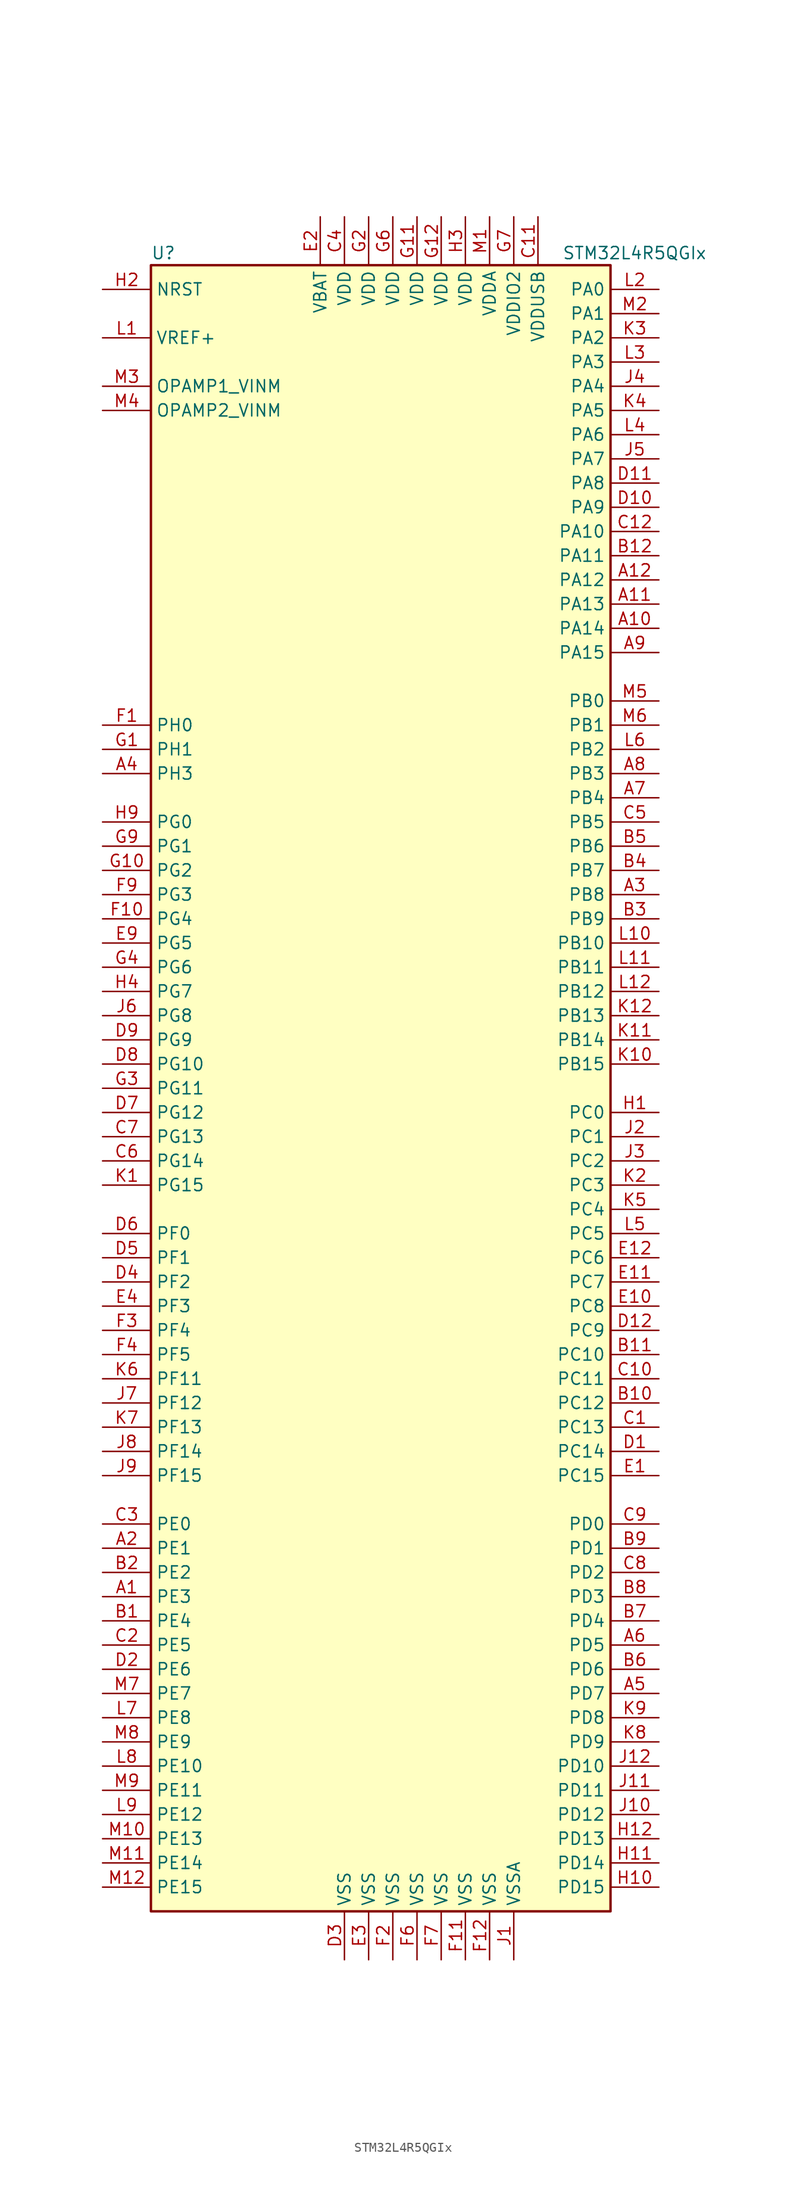
<source format=kicad_sym>
(kicad_symbol_lib
  (version 20201005)
  (generator kicad_symbol_editor)
  (symbol "MCU_ST_STM32L4+:STM32L4R5QGIx"
    (property "Reference" "U"
      (at -25.4 87.63 0)
      (effects (font (size 1.27 1.27)) (justify left)))
    (property "Value" "STM32L4R5QGIx"
      (at 17.78 87.63 0)
      (effects (font (size 1.27 1.27)) (justify left)))
    (symbol "STM32L4R5QGIx_0_1"
      (rectangle (start -25.4 -86.36) (end 22.86 86.36) (stroke (width 0.254)) (fill (type background))))
    (symbol "STM32L4R5QGIx_1_1"
      (pin input line (at -30.48 83.82 0) (length 5.08) (name "NRST" (effects (font (size 1.27 1.27)))) (number "H2" (effects (font (size 1.27 1.27)))))
      (pin bidirectional line (at -30.48 73.66 0) (length 5.08) (name "OPAMP1_VINM" (effects (font (size 1.27 1.27)))) (number "M3" (effects (font (size 1.27 1.27)))))
      (pin bidirectional line (at -30.48 71.12 0) (length 5.08) (name "OPAMP2_VINM" (effects (font (size 1.27 1.27)))) (number "M4" (effects (font (size 1.27 1.27)))))
      (pin bidirectional line (at 27.94 83.82 180) (length 5.08) (name "PA0" (effects (font (size 1.27 1.27)))) (number "L2" (effects (font (size 1.27 1.27)))))
      (pin bidirectional line (at 27.94 81.28 180) (length 5.08) (name "PA1" (effects (font (size 1.27 1.27)))) (number "M2" (effects (font (size 1.27 1.27)))))
      (pin bidirectional line (at 27.94 58.42 180) (length 5.08) (name "PA10" (effects (font (size 1.27 1.27)))) (number "C12" (effects (font (size 1.27 1.27)))))
      (pin bidirectional line (at 27.94 55.88 180) (length 5.08) (name "PA11" (effects (font (size 1.27 1.27)))) (number "B12" (effects (font (size 1.27 1.27)))))
      (pin bidirectional line (at 27.94 53.34 180) (length 5.08) (name "PA12" (effects (font (size 1.27 1.27)))) (number "A12" (effects (font (size 1.27 1.27)))))
      (pin bidirectional line (at 27.94 50.8 180) (length 5.08) (name "PA13" (effects (font (size 1.27 1.27)))) (number "A11" (effects (font (size 1.27 1.27)))))
      (pin bidirectional line (at 27.94 48.26 180) (length 5.08) (name "PA14" (effects (font (size 1.27 1.27)))) (number "A10" (effects (font (size 1.27 1.27)))))
      (pin bidirectional line (at 27.94 45.72 180) (length 5.08) (name "PA15" (effects (font (size 1.27 1.27)))) (number "A9" (effects (font (size 1.27 1.27)))))
      (pin bidirectional line (at 27.94 78.74 180) (length 5.08) (name "PA2" (effects (font (size 1.27 1.27)))) (number "K3" (effects (font (size 1.27 1.27)))))
      (pin bidirectional line (at 27.94 76.2 180) (length 5.08) (name "PA3" (effects (font (size 1.27 1.27)))) (number "L3" (effects (font (size 1.27 1.27)))))
      (pin bidirectional line (at 27.94 73.66 180) (length 5.08) (name "PA4" (effects (font (size 1.27 1.27)))) (number "J4" (effects (font (size 1.27 1.27)))))
      (pin bidirectional line (at 27.94 71.12 180) (length 5.08) (name "PA5" (effects (font (size 1.27 1.27)))) (number "K4" (effects (font (size 1.27 1.27)))))
      (pin bidirectional line (at 27.94 68.58 180) (length 5.08) (name "PA6" (effects (font (size 1.27 1.27)))) (number "L4" (effects (font (size 1.27 1.27)))))
      (pin bidirectional line (at 27.94 66.04 180) (length 5.08) (name "PA7" (effects (font (size 1.27 1.27)))) (number "J5" (effects (font (size 1.27 1.27)))))
      (pin bidirectional line (at 27.94 63.5 180) (length 5.08) (name "PA8" (effects (font (size 1.27 1.27)))) (number "D11" (effects (font (size 1.27 1.27)))))
      (pin bidirectional line (at 27.94 60.96 180) (length 5.08) (name "PA9" (effects (font (size 1.27 1.27)))) (number "D10" (effects (font (size 1.27 1.27)))))
      (pin bidirectional line (at 27.94 40.64 180) (length 5.08) (name "PB0" (effects (font (size 1.27 1.27)))) (number "M5" (effects (font (size 1.27 1.27)))))
      (pin bidirectional line (at 27.94 38.1 180) (length 5.08) (name "PB1" (effects (font (size 1.27 1.27)))) (number "M6" (effects (font (size 1.27 1.27)))))
      (pin bidirectional line (at 27.94 15.24 180) (length 5.08) (name "PB10" (effects (font (size 1.27 1.27)))) (number "L10" (effects (font (size 1.27 1.27)))))
      (pin bidirectional line (at 27.94 12.7 180) (length 5.08) (name "PB11" (effects (font (size 1.27 1.27)))) (number "L11" (effects (font (size 1.27 1.27)))))
      (pin bidirectional line (at 27.94 10.16 180) (length 5.08) (name "PB12" (effects (font (size 1.27 1.27)))) (number "L12" (effects (font (size 1.27 1.27)))))
      (pin bidirectional line (at 27.94 7.62 180) (length 5.08) (name "PB13" (effects (font (size 1.27 1.27)))) (number "K12" (effects (font (size 1.27 1.27)))))
      (pin bidirectional line (at 27.94 5.08 180) (length 5.08) (name "PB14" (effects (font (size 1.27 1.27)))) (number "K11" (effects (font (size 1.27 1.27)))))
      (pin bidirectional line (at 27.94 2.54 180) (length 5.08) (name "PB15" (effects (font (size 1.27 1.27)))) (number "K10" (effects (font (size 1.27 1.27)))))
      (pin bidirectional line (at 27.94 35.56 180) (length 5.08) (name "PB2" (effects (font (size 1.27 1.27)))) (number "L6" (effects (font (size 1.27 1.27)))))
      (pin bidirectional line (at 27.94 33.02 180) (length 5.08) (name "PB3" (effects (font (size 1.27 1.27)))) (number "A8" (effects (font (size 1.27 1.27)))))
      (pin bidirectional line (at 27.94 30.48 180) (length 5.08) (name "PB4" (effects (font (size 1.27 1.27)))) (number "A7" (effects (font (size 1.27 1.27)))))
      (pin bidirectional line (at 27.94 27.94 180) (length 5.08) (name "PB5" (effects (font (size 1.27 1.27)))) (number "C5" (effects (font (size 1.27 1.27)))))
      (pin bidirectional line (at 27.94 25.4 180) (length 5.08) (name "PB6" (effects (font (size 1.27 1.27)))) (number "B5" (effects (font (size 1.27 1.27)))))
      (pin bidirectional line (at 27.94 22.86 180) (length 5.08) (name "PB7" (effects (font (size 1.27 1.27)))) (number "B4" (effects (font (size 1.27 1.27)))))
      (pin bidirectional line (at 27.94 20.32 180) (length 5.08) (name "PB8" (effects (font (size 1.27 1.27)))) (number "A3" (effects (font (size 1.27 1.27)))))
      (pin bidirectional line (at 27.94 17.78 180) (length 5.08) (name "PB9" (effects (font (size 1.27 1.27)))) (number "B3" (effects (font (size 1.27 1.27)))))
      (pin bidirectional line (at 27.94 -2.54 180) (length 5.08) (name "PC0" (effects (font (size 1.27 1.27)))) (number "H1" (effects (font (size 1.27 1.27)))))
      (pin bidirectional line (at 27.94 -5.08 180) (length 5.08) (name "PC1" (effects (font (size 1.27 1.27)))) (number "J2" (effects (font (size 1.27 1.27)))))
      (pin bidirectional line (at 27.94 -27.94 180) (length 5.08) (name "PC10" (effects (font (size 1.27 1.27)))) (number "B11" (effects (font (size 1.27 1.27)))))
      (pin bidirectional line (at 27.94 -30.48 180) (length 5.08) (name "PC11" (effects (font (size 1.27 1.27)))) (number "C10" (effects (font (size 1.27 1.27)))))
      (pin bidirectional line (at 27.94 -33.02 180) (length 5.08) (name "PC12" (effects (font (size 1.27 1.27)))) (number "B10" (effects (font (size 1.27 1.27)))))
      (pin bidirectional line (at 27.94 -35.56 180) (length 5.08) (name "PC13" (effects (font (size 1.27 1.27)))) (number "C1" (effects (font (size 1.27 1.27)))))
      (pin bidirectional line (at 27.94 -38.1 180) (length 5.08) (name "PC14" (effects (font (size 1.27 1.27)))) (number "D1" (effects (font (size 1.27 1.27)))))
      (pin bidirectional line (at 27.94 -40.64 180) (length 5.08) (name "PC15" (effects (font (size 1.27 1.27)))) (number "E1" (effects (font (size 1.27 1.27)))))
      (pin bidirectional line (at 27.94 -7.62 180) (length 5.08) (name "PC2" (effects (font (size 1.27 1.27)))) (number "J3" (effects (font (size 1.27 1.27)))))
      (pin bidirectional line (at 27.94 -10.16 180) (length 5.08) (name "PC3" (effects (font (size 1.27 1.27)))) (number "K2" (effects (font (size 1.27 1.27)))))
      (pin bidirectional line (at 27.94 -12.7 180) (length 5.08) (name "PC4" (effects (font (size 1.27 1.27)))) (number "K5" (effects (font (size 1.27 1.27)))))
      (pin bidirectional line (at 27.94 -15.24 180) (length 5.08) (name "PC5" (effects (font (size 1.27 1.27)))) (number "L5" (effects (font (size 1.27 1.27)))))
      (pin bidirectional line (at 27.94 -17.78 180) (length 5.08) (name "PC6" (effects (font (size 1.27 1.27)))) (number "E12" (effects (font (size 1.27 1.27)))))
      (pin bidirectional line (at 27.94 -20.32 180) (length 5.08) (name "PC7" (effects (font (size 1.27 1.27)))) (number "E11" (effects (font (size 1.27 1.27)))))
      (pin bidirectional line (at 27.94 -22.86 180) (length 5.08) (name "PC8" (effects (font (size 1.27 1.27)))) (number "E10" (effects (font (size 1.27 1.27)))))
      (pin bidirectional line (at 27.94 -25.4 180) (length 5.08) (name "PC9" (effects (font (size 1.27 1.27)))) (number "D12" (effects (font (size 1.27 1.27)))))
      (pin bidirectional line (at 27.94 -45.72 180) (length 5.08) (name "PD0" (effects (font (size 1.27 1.27)))) (number "C9" (effects (font (size 1.27 1.27)))))
      (pin bidirectional line (at 27.94 -48.26 180) (length 5.08) (name "PD1" (effects (font (size 1.27 1.27)))) (number "B9" (effects (font (size 1.27 1.27)))))
      (pin bidirectional line (at 27.94 -71.12 180) (length 5.08) (name "PD10" (effects (font (size 1.27 1.27)))) (number "J12" (effects (font (size 1.27 1.27)))))
      (pin bidirectional line (at 27.94 -73.66 180) (length 5.08) (name "PD11" (effects (font (size 1.27 1.27)))) (number "J11" (effects (font (size 1.27 1.27)))))
      (pin bidirectional line (at 27.94 -76.2 180) (length 5.08) (name "PD12" (effects (font (size 1.27 1.27)))) (number "J10" (effects (font (size 1.27 1.27)))))
      (pin bidirectional line (at 27.94 -78.74 180) (length 5.08) (name "PD13" (effects (font (size 1.27 1.27)))) (number "H12" (effects (font (size 1.27 1.27)))))
      (pin bidirectional line (at 27.94 -81.28 180) (length 5.08) (name "PD14" (effects (font (size 1.27 1.27)))) (number "H11" (effects (font (size 1.27 1.27)))))
      (pin bidirectional line (at 27.94 -83.82 180) (length 5.08) (name "PD15" (effects (font (size 1.27 1.27)))) (number "H10" (effects (font (size 1.27 1.27)))))
      (pin bidirectional line (at 27.94 -50.8 180) (length 5.08) (name "PD2" (effects (font (size 1.27 1.27)))) (number "C8" (effects (font (size 1.27 1.27)))))
      (pin bidirectional line (at 27.94 -53.34 180) (length 5.08) (name "PD3" (effects (font (size 1.27 1.27)))) (number "B8" (effects (font (size 1.27 1.27)))))
      (pin bidirectional line (at 27.94 -55.88 180) (length 5.08) (name "PD4" (effects (font (size 1.27 1.27)))) (number "B7" (effects (font (size 1.27 1.27)))))
      (pin bidirectional line (at 27.94 -58.42 180) (length 5.08) (name "PD5" (effects (font (size 1.27 1.27)))) (number "A6" (effects (font (size 1.27 1.27)))))
      (pin bidirectional line (at 27.94 -60.96 180) (length 5.08) (name "PD6" (effects (font (size 1.27 1.27)))) (number "B6" (effects (font (size 1.27 1.27)))))
      (pin bidirectional line (at 27.94 -63.5 180) (length 5.08) (name "PD7" (effects (font (size 1.27 1.27)))) (number "A5" (effects (font (size 1.27 1.27)))))
      (pin bidirectional line (at 27.94 -66.04 180) (length 5.08) (name "PD8" (effects (font (size 1.27 1.27)))) (number "K9" (effects (font (size 1.27 1.27)))))
      (pin bidirectional line (at 27.94 -68.58 180) (length 5.08) (name "PD9" (effects (font (size 1.27 1.27)))) (number "K8" (effects (font (size 1.27 1.27)))))
      (pin bidirectional line (at -30.48 -45.72 0) (length 5.08) (name "PE0" (effects (font (size 1.27 1.27)))) (number "C3" (effects (font (size 1.27 1.27)))))
      (pin bidirectional line (at -30.48 -48.26 0) (length 5.08) (name "PE1" (effects (font (size 1.27 1.27)))) (number "A2" (effects (font (size 1.27 1.27)))))
      (pin bidirectional line (at -30.48 -71.12 0) (length 5.08) (name "PE10" (effects (font (size 1.27 1.27)))) (number "L8" (effects (font (size 1.27 1.27)))))
      (pin bidirectional line (at -30.48 -73.66 0) (length 5.08) (name "PE11" (effects (font (size 1.27 1.27)))) (number "M9" (effects (font (size 1.27 1.27)))))
      (pin bidirectional line (at -30.48 -76.2 0) (length 5.08) (name "PE12" (effects (font (size 1.27 1.27)))) (number "L9" (effects (font (size 1.27 1.27)))))
      (pin bidirectional line (at -30.48 -78.74 0) (length 5.08) (name "PE13" (effects (font (size 1.27 1.27)))) (number "M10" (effects (font (size 1.27 1.27)))))
      (pin bidirectional line (at -30.48 -81.28 0) (length 5.08) (name "PE14" (effects (font (size 1.27 1.27)))) (number "M11" (effects (font (size 1.27 1.27)))))
      (pin bidirectional line (at -30.48 -83.82 0) (length 5.08) (name "PE15" (effects (font (size 1.27 1.27)))) (number "M12" (effects (font (size 1.27 1.27)))))
      (pin bidirectional line (at -30.48 -50.8 0) (length 5.08) (name "PE2" (effects (font (size 1.27 1.27)))) (number "B2" (effects (font (size 1.27 1.27)))))
      (pin bidirectional line (at -30.48 -53.34 0) (length 5.08) (name "PE3" (effects (font (size 1.27 1.27)))) (number "A1" (effects (font (size 1.27 1.27)))))
      (pin bidirectional line (at -30.48 -55.88 0) (length 5.08) (name "PE4" (effects (font (size 1.27 1.27)))) (number "B1" (effects (font (size 1.27 1.27)))))
      (pin bidirectional line (at -30.48 -58.42 0) (length 5.08) (name "PE5" (effects (font (size 1.27 1.27)))) (number "C2" (effects (font (size 1.27 1.27)))))
      (pin bidirectional line (at -30.48 -60.96 0) (length 5.08) (name "PE6" (effects (font (size 1.27 1.27)))) (number "D2" (effects (font (size 1.27 1.27)))))
      (pin bidirectional line (at -30.48 -63.5 0) (length 5.08) (name "PE7" (effects (font (size 1.27 1.27)))) (number "M7" (effects (font (size 1.27 1.27)))))
      (pin bidirectional line (at -30.48 -66.04 0) (length 5.08) (name "PE8" (effects (font (size 1.27 1.27)))) (number "L7" (effects (font (size 1.27 1.27)))))
      (pin bidirectional line (at -30.48 -68.58 0) (length 5.08) (name "PE9" (effects (font (size 1.27 1.27)))) (number "M8" (effects (font (size 1.27 1.27)))))
      (pin bidirectional line (at -30.48 -15.24 0) (length 5.08) (name "PF0" (effects (font (size 1.27 1.27)))) (number "D6" (effects (font (size 1.27 1.27)))))
      (pin bidirectional line (at -30.48 -17.78 0) (length 5.08) (name "PF1" (effects (font (size 1.27 1.27)))) (number "D5" (effects (font (size 1.27 1.27)))))
      (pin bidirectional line (at -30.48 -30.48 0) (length 5.08) (name "PF11" (effects (font (size 1.27 1.27)))) (number "K6" (effects (font (size 1.27 1.27)))))
      (pin bidirectional line (at -30.48 -33.02 0) (length 5.08) (name "PF12" (effects (font (size 1.27 1.27)))) (number "J7" (effects (font (size 1.27 1.27)))))
      (pin bidirectional line (at -30.48 -35.56 0) (length 5.08) (name "PF13" (effects (font (size 1.27 1.27)))) (number "K7" (effects (font (size 1.27 1.27)))))
      (pin bidirectional line (at -30.48 -38.1 0) (length 5.08) (name "PF14" (effects (font (size 1.27 1.27)))) (number "J8" (effects (font (size 1.27 1.27)))))
      (pin bidirectional line (at -30.48 -40.64 0) (length 5.08) (name "PF15" (effects (font (size 1.27 1.27)))) (number "J9" (effects (font (size 1.27 1.27)))))
      (pin bidirectional line (at -30.48 -20.32 0) (length 5.08) (name "PF2" (effects (font (size 1.27 1.27)))) (number "D4" (effects (font (size 1.27 1.27)))))
      (pin bidirectional line (at -30.48 -22.86 0) (length 5.08) (name "PF3" (effects (font (size 1.27 1.27)))) (number "E4" (effects (font (size 1.27 1.27)))))
      (pin bidirectional line (at -30.48 -25.4 0) (length 5.08) (name "PF4" (effects (font (size 1.27 1.27)))) (number "F3" (effects (font (size 1.27 1.27)))))
      (pin bidirectional line (at -30.48 -27.94 0) (length 5.08) (name "PF5" (effects (font (size 1.27 1.27)))) (number "F4" (effects (font (size 1.27 1.27)))))
      (pin bidirectional line (at -30.48 27.94 0) (length 5.08) (name "PG0" (effects (font (size 1.27 1.27)))) (number "H9" (effects (font (size 1.27 1.27)))))
      (pin bidirectional line (at -30.48 25.4 0) (length 5.08) (name "PG1" (effects (font (size 1.27 1.27)))) (number "G9" (effects (font (size 1.27 1.27)))))
      (pin bidirectional line (at -30.48 2.54 0) (length 5.08) (name "PG10" (effects (font (size 1.27 1.27)))) (number "D8" (effects (font (size 1.27 1.27)))))
      (pin bidirectional line (at -30.48 0 0) (length 5.08) (name "PG11" (effects (font (size 1.27 1.27)))) (number "G3" (effects (font (size 1.27 1.27)))))
      (pin bidirectional line (at -30.48 -2.54 0) (length 5.08) (name "PG12" (effects (font (size 1.27 1.27)))) (number "D7" (effects (font (size 1.27 1.27)))))
      (pin bidirectional line (at -30.48 -5.08 0) (length 5.08) (name "PG13" (effects (font (size 1.27 1.27)))) (number "C7" (effects (font (size 1.27 1.27)))))
      (pin bidirectional line (at -30.48 -7.62 0) (length 5.08) (name "PG14" (effects (font (size 1.27 1.27)))) (number "C6" (effects (font (size 1.27 1.27)))))
      (pin bidirectional line (at -30.48 -10.16 0) (length 5.08) (name "PG15" (effects (font (size 1.27 1.27)))) (number "K1" (effects (font (size 1.27 1.27)))))
      (pin bidirectional line (at -30.48 22.86 0) (length 5.08) (name "PG2" (effects (font (size 1.27 1.27)))) (number "G10" (effects (font (size 1.27 1.27)))))
      (pin bidirectional line (at -30.48 20.32 0) (length 5.08) (name "PG3" (effects (font (size 1.27 1.27)))) (number "F9" (effects (font (size 1.27 1.27)))))
      (pin bidirectional line (at -30.48 17.78 0) (length 5.08) (name "PG4" (effects (font (size 1.27 1.27)))) (number "F10" (effects (font (size 1.27 1.27)))))
      (pin bidirectional line (at -30.48 15.24 0) (length 5.08) (name "PG5" (effects (font (size 1.27 1.27)))) (number "E9" (effects (font (size 1.27 1.27)))))
      (pin bidirectional line (at -30.48 12.7 0) (length 5.08) (name "PG6" (effects (font (size 1.27 1.27)))) (number "G4" (effects (font (size 1.27 1.27)))))
      (pin bidirectional line (at -30.48 10.16 0) (length 5.08) (name "PG7" (effects (font (size 1.27 1.27)))) (number "H4" (effects (font (size 1.27 1.27)))))
      (pin bidirectional line (at -30.48 7.62 0) (length 5.08) (name "PG8" (effects (font (size 1.27 1.27)))) (number "J6" (effects (font (size 1.27 1.27)))))
      (pin bidirectional line (at -30.48 5.08 0) (length 5.08) (name "PG9" (effects (font (size 1.27 1.27)))) (number "D9" (effects (font (size 1.27 1.27)))))
      (pin input line (at -30.48 38.1 0) (length 5.08) (name "PH0" (effects (font (size 1.27 1.27)))) (number "F1" (effects (font (size 1.27 1.27)))))
      (pin input line (at -30.48 35.56 0) (length 5.08) (name "PH1" (effects (font (size 1.27 1.27)))) (number "G1" (effects (font (size 1.27 1.27)))))
      (pin bidirectional line (at -30.48 33.02 0) (length 5.08) (name "PH3" (effects (font (size 1.27 1.27)))) (number "A4" (effects (font (size 1.27 1.27)))))
      (pin power_in line (at -7.62 91.44 270) (length 5.08) (name "VBAT" (effects (font (size 1.27 1.27)))) (number "E2" (effects (font (size 1.27 1.27)))))
      (pin power_in line (at -5.08 91.44 270) (length 5.08) (name "VDD" (effects (font (size 1.27 1.27)))) (number "C4" (effects (font (size 1.27 1.27)))))
      (pin power_in line (at 2.54 91.44 270) (length 5.08) (name "VDD" (effects (font (size 1.27 1.27)))) (number "G11" (effects (font (size 1.27 1.27)))))
      (pin power_in line (at 5.08 91.44 270) (length 5.08) (name "VDD" (effects (font (size 1.27 1.27)))) (number "G12" (effects (font (size 1.27 1.27)))))
      (pin power_in line (at -2.54 91.44 270) (length 5.08) (name "VDD" (effects (font (size 1.27 1.27)))) (number "G2" (effects (font (size 1.27 1.27)))))
      (pin power_in line (at 0 91.44 270) (length 5.08) (name "VDD" (effects (font (size 1.27 1.27)))) (number "G6" (effects (font (size 1.27 1.27)))))
      (pin power_in line (at 7.62 91.44 270) (length 5.08) (name "VDD" (effects (font (size 1.27 1.27)))) (number "H3" (effects (font (size 1.27 1.27)))))
      (pin power_in line (at 10.16 91.44 270) (length 5.08) (name "VDDA" (effects (font (size 1.27 1.27)))) (number "M1" (effects (font (size 1.27 1.27)))))
      (pin power_in line (at 12.7 91.44 270) (length 5.08) (name "VDDIO2" (effects (font (size 1.27 1.27)))) (number "G7" (effects (font (size 1.27 1.27)))))
      (pin power_in line (at 15.24 91.44 270) (length 5.08) (name "VDDUSB" (effects (font (size 1.27 1.27)))) (number "C11" (effects (font (size 1.27 1.27)))))
      (pin bidirectional line (at -30.48 78.74 0) (length 5.08) (name "VREF+" (effects (font (size 1.27 1.27)))) (number "L1" (effects (font (size 1.27 1.27)))))
      (pin power_in line (at -5.08 -91.44 90) (length 5.08) (name "VSS" (effects (font (size 1.27 1.27)))) (number "D3" (effects (font (size 1.27 1.27)))))
      (pin power_in line (at -2.54 -91.44 90) (length 5.08) (name "VSS" (effects (font (size 1.27 1.27)))) (number "E3" (effects (font (size 1.27 1.27)))))
      (pin power_in line (at 7.62 -91.44 90) (length 5.08) (name "VSS" (effects (font (size 1.27 1.27)))) (number "F11" (effects (font (size 1.27 1.27)))))
      (pin power_in line (at 10.16 -91.44 90) (length 5.08) (name "VSS" (effects (font (size 1.27 1.27)))) (number "F12" (effects (font (size 1.27 1.27)))))
      (pin power_in line (at 0 -91.44 90) (length 5.08) (name "VSS" (effects (font (size 1.27 1.27)))) (number "F2" (effects (font (size 1.27 1.27)))))
      (pin power_in line (at 2.54 -91.44 90) (length 5.08) (name "VSS" (effects (font (size 1.27 1.27)))) (number "F6" (effects (font (size 1.27 1.27)))))
      (pin power_in line (at 5.08 -91.44 90) (length 5.08) (name "VSS" (effects (font (size 1.27 1.27)))) (number "F7" (effects (font (size 1.27 1.27)))))
      (pin power_in line (at 12.7 -91.44 90) (length 5.08) (name "VSSA" (effects (font (size 1.27 1.27)))) (number "J1" (effects (font (size 1.27 1.27))))))))
</source>
